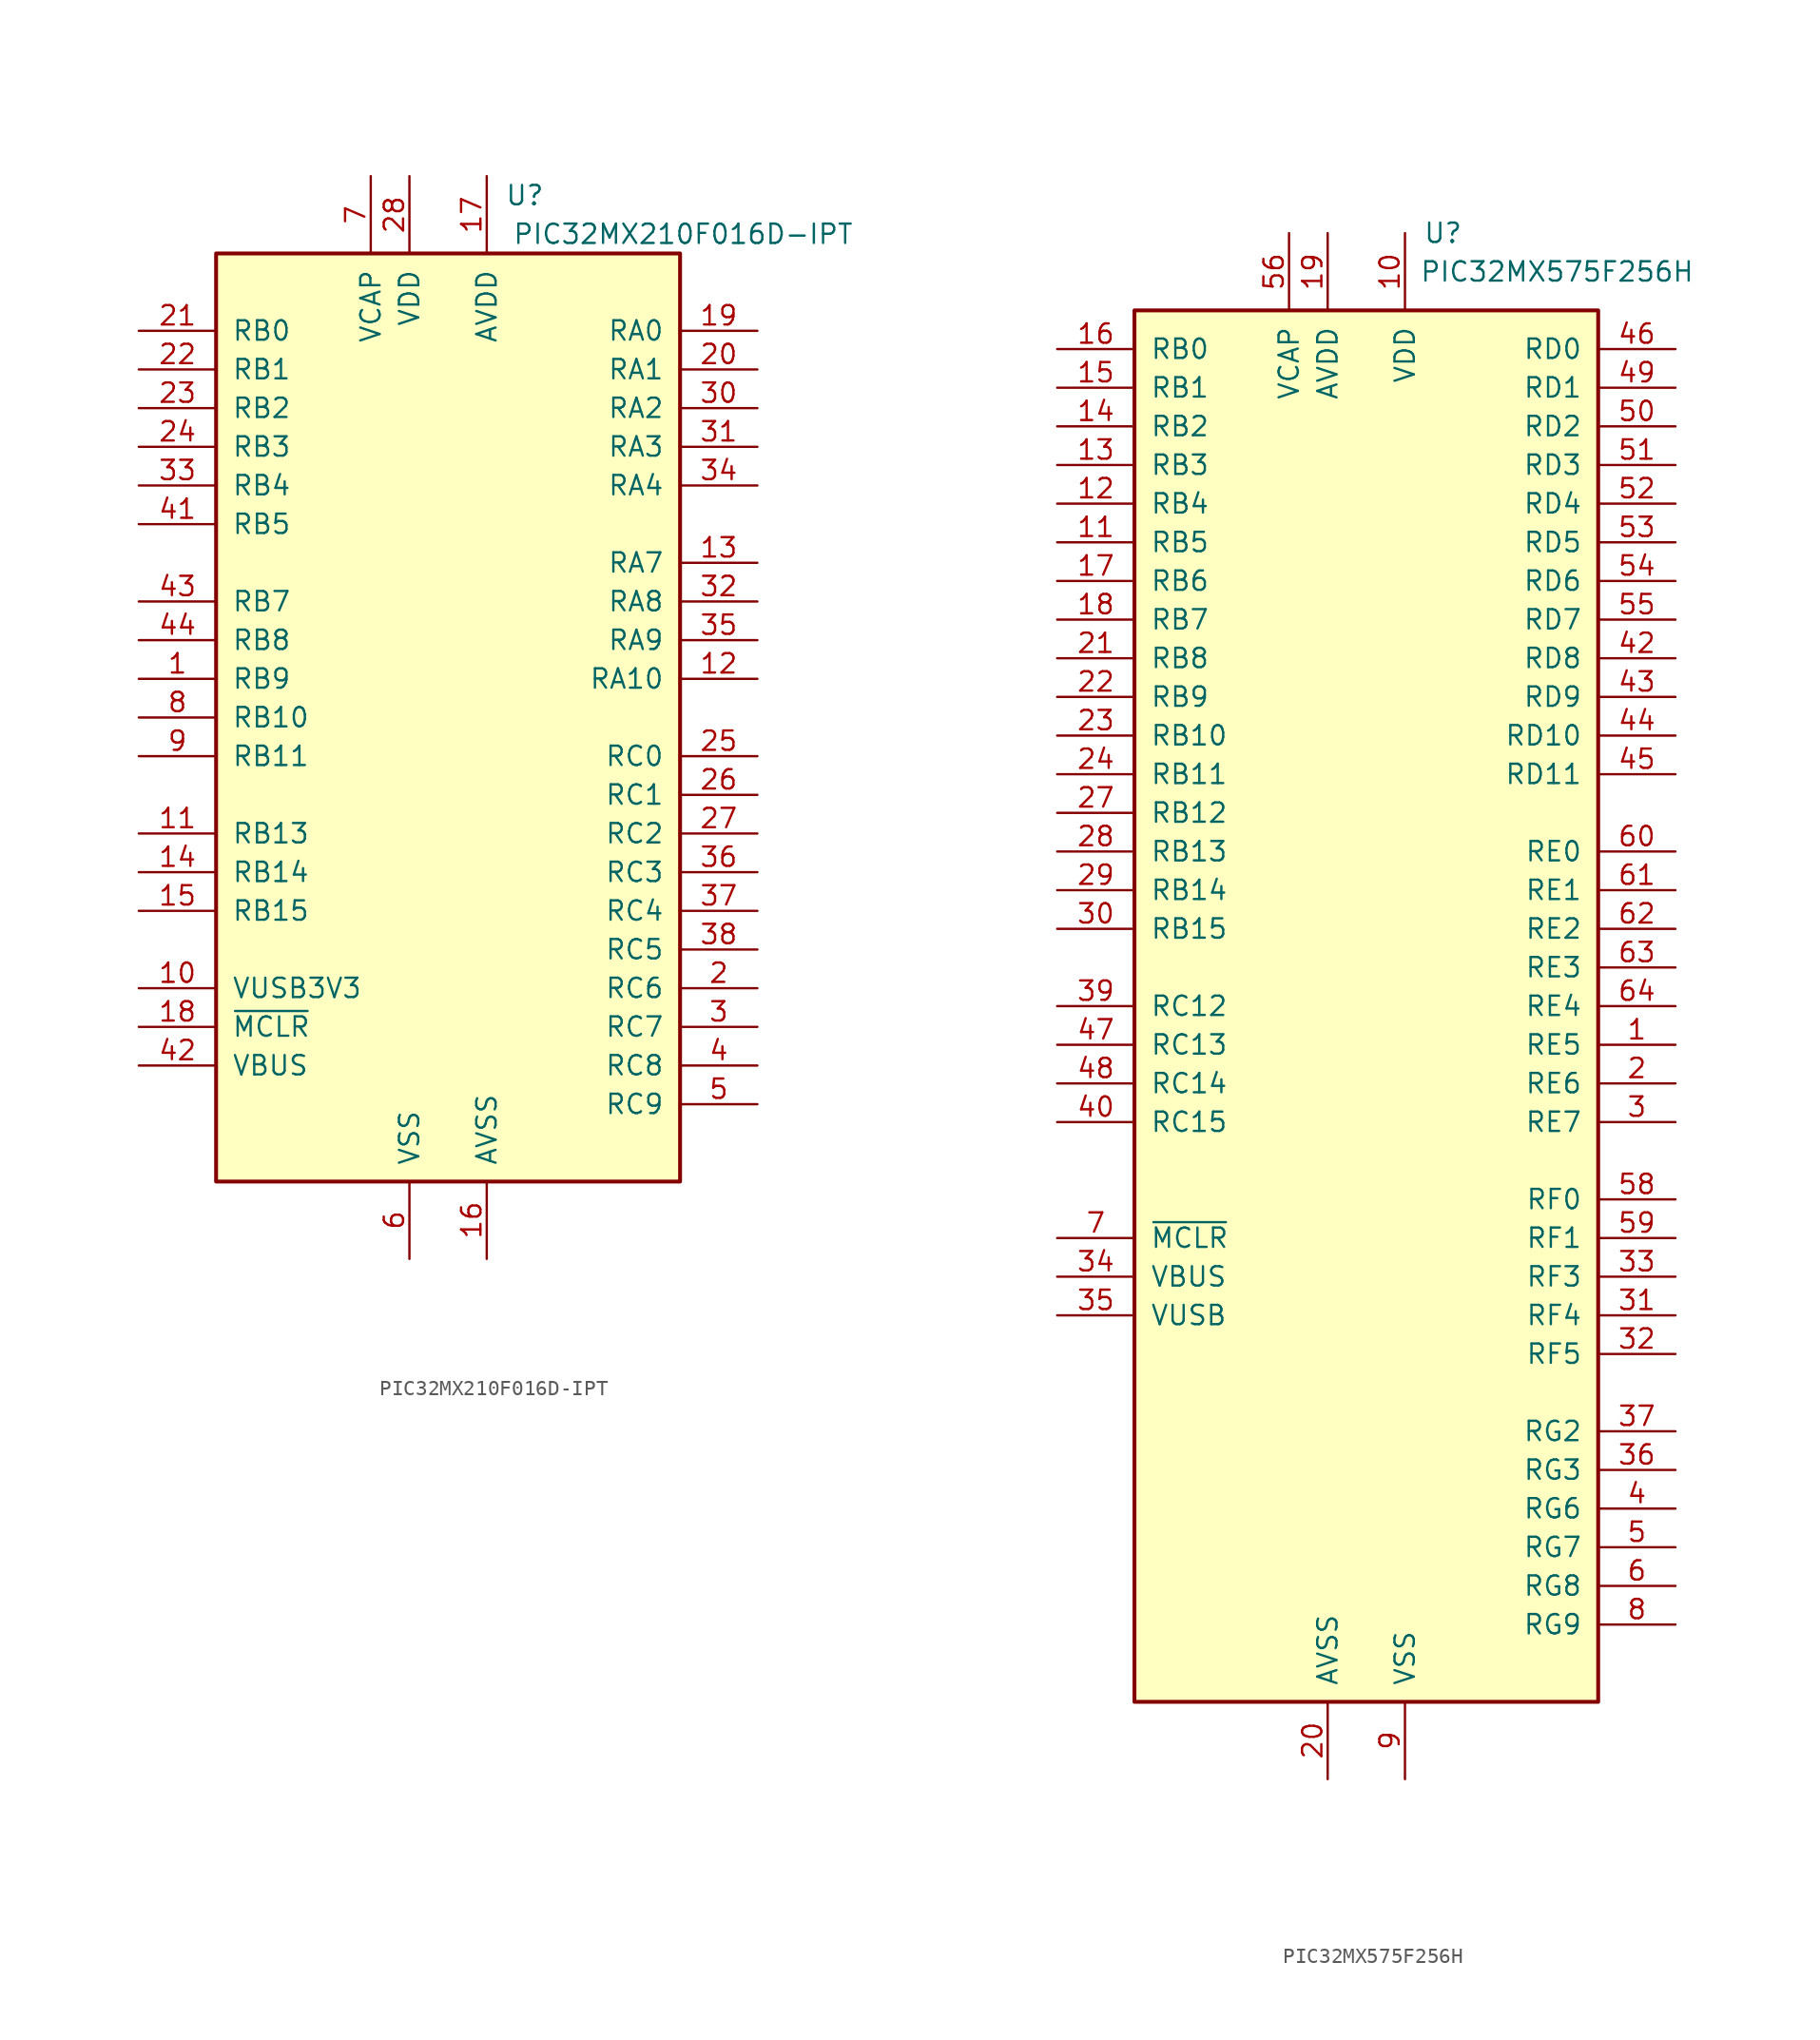
<source format=kicad_sym>
(kicad_symbol_lib
  (version 20201005)
  (generator kicad_symbol_editor)
  (symbol "PIC32MX210F016D-IPT"
    (pin_names
      (offset 1.016))
    (property "Reference" "U"
      (at 6.35 34.29 0)
      (effects (font (size 1.27 1.27)) (justify right)))
    (property "Value" "PIC32MX210F016D-IPT"
      (at 26.67 31.75 0)
      (effects (font (size 1.27 1.27)) (justify right)))
    (symbol "PIC32MX210F016D-IPT_0_1"
      (rectangle (start -15.24 30.48) (end 15.24 -30.48) (stroke (width 0.254)) (fill (type background))))
    (symbol "PIC32MX210F016D-IPT_1_1"
      (pin bidirectional line (at -20.32 2.54 0) (length 5.08) (name "RB9" (effects (font (size 1.27 1.27)))) (number "1" (effects (font (size 1.27 1.27)))))
      (pin bidirectional line (at -20.32 -17.78 0) (length 5.08) (name "VUSB3V3" (effects (font (size 1.27 1.27)))) (number "10" (effects (font (size 1.27 1.27)))))
      (pin bidirectional line (at -20.32 -7.62 0) (length 5.08) (name "RB13" (effects (font (size 1.27 1.27)))) (number "11" (effects (font (size 1.27 1.27)))))
      (pin bidirectional line (at 20.32 2.54 180) (length 5.08) (name "RA10" (effects (font (size 1.27 1.27)))) (number "12" (effects (font (size 1.27 1.27)))))
      (pin bidirectional line (at 20.32 10.16 180) (length 5.08) (name "RA7" (effects (font (size 1.27 1.27)))) (number "13" (effects (font (size 1.27 1.27)))))
      (pin bidirectional line (at -20.32 -10.16 0) (length 5.08) (name "RB14" (effects (font (size 1.27 1.27)))) (number "14" (effects (font (size 1.27 1.27)))))
      (pin bidirectional line (at -20.32 -12.7 0) (length 5.08) (name "RB15" (effects (font (size 1.27 1.27)))) (number "15" (effects (font (size 1.27 1.27)))))
      (pin power_in line (at 2.54 -35.56 90) (length 5.08) (name "AVSS" (effects (font (size 1.27 1.27)))) (number "16" (effects (font (size 1.27 1.27)))))
      (pin power_in line (at 2.54 35.56 270) (length 5.08) (name "AVDD" (effects (font (size 1.27 1.27)))) (number "17" (effects (font (size 1.27 1.27)))))
      (pin input line (at -20.32 -20.32 0) (length 5.08) (name "~MCLR" (effects (font (size 1.27 1.27)))) (number "18" (effects (font (size 1.27 1.27)))))
      (pin input line (at 20.32 25.4 180) (length 5.08) (name "RA0" (effects (font (size 1.27 1.27)))) (number "19" (effects (font (size 1.27 1.27)))))
      (pin bidirectional line (at 20.32 -17.78 180) (length 5.08) (name "RC6" (effects (font (size 1.27 1.27)))) (number "2" (effects (font (size 1.27 1.27)))))
      (pin input line (at 20.32 22.86 180) (length 5.08) (name "RA1" (effects (font (size 1.27 1.27)))) (number "20" (effects (font (size 1.27 1.27)))))
      (pin input line (at -20.32 25.4 0) (length 5.08) (name "RB0" (effects (font (size 1.27 1.27)))) (number "21" (effects (font (size 1.27 1.27)))))
      (pin input line (at -20.32 22.86 0) (length 5.08) (name "RB1" (effects (font (size 1.27 1.27)))) (number "22" (effects (font (size 1.27 1.27)))))
      (pin input line (at -20.32 20.32 0) (length 5.08) (name "RB2" (effects (font (size 1.27 1.27)))) (number "23" (effects (font (size 1.27 1.27)))))
      (pin input line (at -20.32 17.78 0) (length 5.08) (name "RB3" (effects (font (size 1.27 1.27)))) (number "24" (effects (font (size 1.27 1.27)))))
      (pin input line (at 20.32 -2.54 180) (length 5.08) (name "RC0" (effects (font (size 1.27 1.27)))) (number "25" (effects (font (size 1.27 1.27)))))
      (pin input line (at 20.32 -5.08 180) (length 5.08) (name "RC1" (effects (font (size 1.27 1.27)))) (number "26" (effects (font (size 1.27 1.27)))))
      (pin input line (at 20.32 -7.62 180) (length 5.08) (name "RC2" (effects (font (size 1.27 1.27)))) (number "27" (effects (font (size 1.27 1.27)))))
      (pin power_in line (at -2.54 35.56 270) (length 5.08) (name "VDD" (effects (font (size 1.27 1.27)))) (number "28" (effects (font (size 1.27 1.27)))))
      (pin passive line (at -2.54 -35.56 90) (length 5.08) hide (name "VSS" (effects (font (size 1.27 1.27)))) (number "29" (effects (font (size 1.27 1.27)))))
      (pin bidirectional line (at 20.32 -20.32 180) (length 5.08) (name "RC7" (effects (font (size 1.27 1.27)))) (number "3" (effects (font (size 1.27 1.27)))))
      (pin input line (at 20.32 20.32 180) (length 5.08) (name "RA2" (effects (font (size 1.27 1.27)))) (number "30" (effects (font (size 1.27 1.27)))))
      (pin input line (at 20.32 17.78 180) (length 5.08) (name "RA3" (effects (font (size 1.27 1.27)))) (number "31" (effects (font (size 1.27 1.27)))))
      (pin input line (at 20.32 7.62 180) (length 5.08) (name "RA8" (effects (font (size 1.27 1.27)))) (number "32" (effects (font (size 1.27 1.27)))))
      (pin input line (at -20.32 15.24 0) (length 5.08) (name "RB4" (effects (font (size 1.27 1.27)))) (number "33" (effects (font (size 1.27 1.27)))))
      (pin input line (at 20.32 15.24 180) (length 5.08) (name "RA4" (effects (font (size 1.27 1.27)))) (number "34" (effects (font (size 1.27 1.27)))))
      (pin input line (at 20.32 5.08 180) (length 5.08) (name "RA9" (effects (font (size 1.27 1.27)))) (number "35" (effects (font (size 1.27 1.27)))))
      (pin input line (at 20.32 -10.16 180) (length 5.08) (name "RC3" (effects (font (size 1.27 1.27)))) (number "36" (effects (font (size 1.27 1.27)))))
      (pin input line (at 20.32 -12.7 180) (length 5.08) (name "RC4" (effects (font (size 1.27 1.27)))) (number "37" (effects (font (size 1.27 1.27)))))
      (pin input line (at 20.32 -15.24 180) (length 5.08) (name "RC5" (effects (font (size 1.27 1.27)))) (number "38" (effects (font (size 1.27 1.27)))))
      (pin passive line (at -2.54 -35.56 90) (length 5.08) hide (name "VSS" (effects (font (size 1.27 1.27)))) (number "39" (effects (font (size 1.27 1.27)))))
      (pin bidirectional line (at 20.32 -22.86 180) (length 5.08) (name "RC8" (effects (font (size 1.27 1.27)))) (number "4" (effects (font (size 1.27 1.27)))))
      (pin passive line (at -2.54 35.56 270) (length 5.08) hide (name "VDD" (effects (font (size 1.27 1.27)))) (number "40" (effects (font (size 1.27 1.27)))))
      (pin input line (at -20.32 12.7 0) (length 5.08) (name "RB5" (effects (font (size 1.27 1.27)))) (number "41" (effects (font (size 1.27 1.27)))))
      (pin input line (at -20.32 -22.86 0) (length 5.08) (name "VBUS" (effects (font (size 1.27 1.27)))) (number "42" (effects (font (size 1.27 1.27)))))
      (pin input line (at -20.32 7.62 0) (length 5.08) (name "RB7" (effects (font (size 1.27 1.27)))) (number "43" (effects (font (size 1.27 1.27)))))
      (pin input line (at -20.32 5.08 0) (length 5.08) (name "RB8" (effects (font (size 1.27 1.27)))) (number "44" (effects (font (size 1.27 1.27)))))
      (pin bidirectional line (at 20.32 -25.4 180) (length 5.08) (name "RC9" (effects (font (size 1.27 1.27)))) (number "5" (effects (font (size 1.27 1.27)))))
      (pin power_in line (at -2.54 -35.56 90) (length 5.08) (name "VSS" (effects (font (size 1.27 1.27)))) (number "6" (effects (font (size 1.27 1.27)))))
      (pin power_in line (at -5.08 35.56 270) (length 5.08) (name "VCAP" (effects (font (size 1.27 1.27)))) (number "7" (effects (font (size 1.27 1.27)))))
      (pin bidirectional line (at -20.32 0 0) (length 5.08) (name "RB10" (effects (font (size 1.27 1.27)))) (number "8" (effects (font (size 1.27 1.27)))))
      (pin bidirectional line (at -20.32 -2.54 0) (length 5.08) (name "RB11" (effects (font (size 1.27 1.27)))) (number "9" (effects (font (size 1.27 1.27)))))))
  (symbol "PIC32MX575F256H"
    (pin_names
      (offset 1.016))
    (property "Reference" "U"
      (at 6.35 50.8 0)
      (effects (font (size 1.27 1.27)) (justify right)))
    (property "Value" "PIC32MX575F256H"
      (at 21.59 48.26 0)
      (effects (font (size 1.27 1.27)) (justify right)))
    (symbol "PIC32MX575F256H_0_1"
      (rectangle (start -15.24 45.72) (end 15.24 -45.72) (stroke (width 0.254)) (fill (type background))))
    (symbol "PIC32MX575F256H_1_1"
      (pin bidirectional line (at 20.32 -2.54 180) (length 5.08) (name "RE5" (effects (font (size 1.27 1.27)))) (number "1" (effects (font (size 1.27 1.27)))))
      (pin power_in line (at 2.54 50.8 270) (length 5.08) (name "VDD" (effects (font (size 1.27 1.27)))) (number "10" (effects (font (size 1.27 1.27)))))
      (pin bidirectional line (at -20.32 30.48 0) (length 5.08) (name "RB5" (effects (font (size 1.27 1.27)))) (number "11" (effects (font (size 1.27 1.27)))))
      (pin bidirectional line (at -20.32 33.02 0) (length 5.08) (name "RB4" (effects (font (size 1.27 1.27)))) (number "12" (effects (font (size 1.27 1.27)))))
      (pin bidirectional line (at -20.32 35.56 0) (length 5.08) (name "RB3" (effects (font (size 1.27 1.27)))) (number "13" (effects (font (size 1.27 1.27)))))
      (pin bidirectional line (at -20.32 38.1 0) (length 5.08) (name "RB2" (effects (font (size 1.27 1.27)))) (number "14" (effects (font (size 1.27 1.27)))))
      (pin bidirectional line (at -20.32 40.64 0) (length 5.08) (name "RB1" (effects (font (size 1.27 1.27)))) (number "15" (effects (font (size 1.27 1.27)))))
      (pin bidirectional line (at -20.32 43.18 0) (length 5.08) (name "RB0" (effects (font (size 1.27 1.27)))) (number "16" (effects (font (size 1.27 1.27)))))
      (pin bidirectional line (at -20.32 27.94 0) (length 5.08) (name "RB6" (effects (font (size 1.27 1.27)))) (number "17" (effects (font (size 1.27 1.27)))))
      (pin bidirectional line (at -20.32 25.4 0) (length 5.08) (name "RB7" (effects (font (size 1.27 1.27)))) (number "18" (effects (font (size 1.27 1.27)))))
      (pin power_in line (at -2.54 50.8 270) (length 5.08) (name "AVDD" (effects (font (size 1.27 1.27)))) (number "19" (effects (font (size 1.27 1.27)))))
      (pin bidirectional line (at 20.32 -5.08 180) (length 5.08) (name "RE6" (effects (font (size 1.27 1.27)))) (number "2" (effects (font (size 1.27 1.27)))))
      (pin power_in line (at -2.54 -50.8 90) (length 5.08) (name "AVSS" (effects (font (size 1.27 1.27)))) (number "20" (effects (font (size 1.27 1.27)))))
      (pin bidirectional line (at -20.32 22.86 0) (length 5.08) (name "RB8" (effects (font (size 1.27 1.27)))) (number "21" (effects (font (size 1.27 1.27)))))
      (pin bidirectional line (at -20.32 20.32 0) (length 5.08) (name "RB9" (effects (font (size 1.27 1.27)))) (number "22" (effects (font (size 1.27 1.27)))))
      (pin bidirectional line (at -20.32 17.78 0) (length 5.08) (name "RB10" (effects (font (size 1.27 1.27)))) (number "23" (effects (font (size 1.27 1.27)))))
      (pin bidirectional line (at -20.32 15.24 0) (length 5.08) (name "RB11" (effects (font (size 1.27 1.27)))) (number "24" (effects (font (size 1.27 1.27)))))
      (pin passive line (at 2.54 -50.8 90) (length 5.08) hide (name "VSS" (effects (font (size 1.27 1.27)))) (number "25" (effects (font (size 1.27 1.27)))))
      (pin passive line (at 2.54 50.8 270) (length 5.08) hide (name "VDD" (effects (font (size 1.27 1.27)))) (number "26" (effects (font (size 1.27 1.27)))))
      (pin bidirectional line (at -20.32 12.7 0) (length 5.08) (name "RB12" (effects (font (size 1.27 1.27)))) (number "27" (effects (font (size 1.27 1.27)))))
      (pin bidirectional line (at -20.32 10.16 0) (length 5.08) (name "RB13" (effects (font (size 1.27 1.27)))) (number "28" (effects (font (size 1.27 1.27)))))
      (pin bidirectional line (at -20.32 7.62 0) (length 5.08) (name "RB14" (effects (font (size 1.27 1.27)))) (number "29" (effects (font (size 1.27 1.27)))))
      (pin bidirectional line (at 20.32 -7.62 180) (length 5.08) (name "RE7" (effects (font (size 1.27 1.27)))) (number "3" (effects (font (size 1.27 1.27)))))
      (pin bidirectional line (at -20.32 5.08 0) (length 5.08) (name "RB15" (effects (font (size 1.27 1.27)))) (number "30" (effects (font (size 1.27 1.27)))))
      (pin bidirectional line (at 20.32 -20.32 180) (length 5.08) (name "RF4" (effects (font (size 1.27 1.27)))) (number "31" (effects (font (size 1.27 1.27)))))
      (pin bidirectional line (at 20.32 -22.86 180) (length 5.08) (name "RF5" (effects (font (size 1.27 1.27)))) (number "32" (effects (font (size 1.27 1.27)))))
      (pin bidirectional line (at 20.32 -17.78 180) (length 5.08) (name "RF3" (effects (font (size 1.27 1.27)))) (number "33" (effects (font (size 1.27 1.27)))))
      (pin input line (at -20.32 -17.78 0) (length 5.08) (name "VBUS" (effects (font (size 1.27 1.27)))) (number "34" (effects (font (size 1.27 1.27)))))
      (pin power_in line (at -20.32 -20.32 0) (length 5.08) (name "VUSB" (effects (font (size 1.27 1.27)))) (number "35" (effects (font (size 1.27 1.27)))))
      (pin bidirectional line (at 20.32 -30.48 180) (length 5.08) (name "RG3" (effects (font (size 1.27 1.27)))) (number "36" (effects (font (size 1.27 1.27)))))
      (pin bidirectional line (at 20.32 -27.94 180) (length 5.08) (name "RG2" (effects (font (size 1.27 1.27)))) (number "37" (effects (font (size 1.27 1.27)))))
      (pin passive line (at 2.54 50.8 270) (length 5.08) hide (name "VDD" (effects (font (size 1.27 1.27)))) (number "38" (effects (font (size 1.27 1.27)))))
      (pin bidirectional line (at -20.32 0 0) (length 5.08) (name "RC12" (effects (font (size 1.27 1.27)))) (number "39" (effects (font (size 1.27 1.27)))))
      (pin bidirectional line (at 20.32 -33.02 180) (length 5.08) (name "RG6" (effects (font (size 1.27 1.27)))) (number "4" (effects (font (size 1.27 1.27)))))
      (pin bidirectional line (at -20.32 -7.62 0) (length 5.08) (name "RC15" (effects (font (size 1.27 1.27)))) (number "40" (effects (font (size 1.27 1.27)))))
      (pin passive line (at 2.54 -50.8 90) (length 5.08) hide (name "VSS" (effects (font (size 1.27 1.27)))) (number "41" (effects (font (size 1.27 1.27)))))
      (pin bidirectional line (at 20.32 22.86 180) (length 5.08) (name "RD8" (effects (font (size 1.27 1.27)))) (number "42" (effects (font (size 1.27 1.27)))))
      (pin bidirectional line (at 20.32 20.32 180) (length 5.08) (name "RD9" (effects (font (size 1.27 1.27)))) (number "43" (effects (font (size 1.27 1.27)))))
      (pin bidirectional line (at 20.32 17.78 180) (length 5.08) (name "RD10" (effects (font (size 1.27 1.27)))) (number "44" (effects (font (size 1.27 1.27)))))
      (pin bidirectional line (at 20.32 15.24 180) (length 5.08) (name "RD11" (effects (font (size 1.27 1.27)))) (number "45" (effects (font (size 1.27 1.27)))))
      (pin bidirectional line (at 20.32 43.18 180) (length 5.08) (name "RD0" (effects (font (size 1.27 1.27)))) (number "46" (effects (font (size 1.27 1.27)))))
      (pin bidirectional line (at -20.32 -2.54 0) (length 5.08) (name "RC13" (effects (font (size 1.27 1.27)))) (number "47" (effects (font (size 1.27 1.27)))))
      (pin bidirectional line (at -20.32 -5.08 0) (length 5.08) (name "RC14" (effects (font (size 1.27 1.27)))) (number "48" (effects (font (size 1.27 1.27)))))
      (pin bidirectional line (at 20.32 40.64 180) (length 5.08) (name "RD1" (effects (font (size 1.27 1.27)))) (number "49" (effects (font (size 1.27 1.27)))))
      (pin bidirectional line (at 20.32 -35.56 180) (length 5.08) (name "RG7" (effects (font (size 1.27 1.27)))) (number "5" (effects (font (size 1.27 1.27)))))
      (pin bidirectional line (at 20.32 38.1 180) (length 5.08) (name "RD2" (effects (font (size 1.27 1.27)))) (number "50" (effects (font (size 1.27 1.27)))))
      (pin bidirectional line (at 20.32 35.56 180) (length 5.08) (name "RD3" (effects (font (size 1.27 1.27)))) (number "51" (effects (font (size 1.27 1.27)))))
      (pin bidirectional line (at 20.32 33.02 180) (length 5.08) (name "RD4" (effects (font (size 1.27 1.27)))) (number "52" (effects (font (size 1.27 1.27)))))
      (pin bidirectional line (at 20.32 30.48 180) (length 5.08) (name "RD5" (effects (font (size 1.27 1.27)))) (number "53" (effects (font (size 1.27 1.27)))))
      (pin bidirectional line (at 20.32 27.94 180) (length 5.08) (name "RD6" (effects (font (size 1.27 1.27)))) (number "54" (effects (font (size 1.27 1.27)))))
      (pin bidirectional line (at 20.32 25.4 180) (length 5.08) (name "RD7" (effects (font (size 1.27 1.27)))) (number "55" (effects (font (size 1.27 1.27)))))
      (pin power_out line (at -5.08 50.8 270) (length 5.08) (name "VCAP" (effects (font (size 1.27 1.27)))) (number "56" (effects (font (size 1.27 1.27)))))
      (pin passive line (at 2.54 50.8 270) (length 5.08) hide (name "VDD" (effects (font (size 1.27 1.27)))) (number "57" (effects (font (size 1.27 1.27)))))
      (pin bidirectional line (at 20.32 -12.7 180) (length 5.08) (name "RF0" (effects (font (size 1.27 1.27)))) (number "58" (effects (font (size 1.27 1.27)))))
      (pin bidirectional line (at 20.32 -15.24 180) (length 5.08) (name "RF1" (effects (font (size 1.27 1.27)))) (number "59" (effects (font (size 1.27 1.27)))))
      (pin bidirectional line (at 20.32 -38.1 180) (length 5.08) (name "RG8" (effects (font (size 1.27 1.27)))) (number "6" (effects (font (size 1.27 1.27)))))
      (pin bidirectional line (at 20.32 10.16 180) (length 5.08) (name "RE0" (effects (font (size 1.27 1.27)))) (number "60" (effects (font (size 1.27 1.27)))))
      (pin bidirectional line (at 20.32 7.62 180) (length 5.08) (name "RE1" (effects (font (size 1.27 1.27)))) (number "61" (effects (font (size 1.27 1.27)))))
      (pin bidirectional line (at 20.32 5.08 180) (length 5.08) (name "RE2" (effects (font (size 1.27 1.27)))) (number "62" (effects (font (size 1.27 1.27)))))
      (pin bidirectional line (at 20.32 2.54 180) (length 5.08) (name "RE3" (effects (font (size 1.27 1.27)))) (number "63" (effects (font (size 1.27 1.27)))))
      (pin bidirectional line (at 20.32 0 180) (length 5.08) (name "RE4" (effects (font (size 1.27 1.27)))) (number "64" (effects (font (size 1.27 1.27)))))
      (pin input line (at -20.32 -15.24 0) (length 5.08) (name "~MCLR~" (effects (font (size 1.27 1.27)))) (number "7" (effects (font (size 1.27 1.27)))))
      (pin bidirectional line (at 20.32 -40.64 180) (length 5.08) (name "RG9" (effects (font (size 1.27 1.27)))) (number "8" (effects (font (size 1.27 1.27)))))
      (pin power_in line (at 2.54 -50.8 90) (length 5.08) (name "VSS" (effects (font (size 1.27 1.27)))) (number "9" (effects (font (size 1.27 1.27))))))))
</source>
